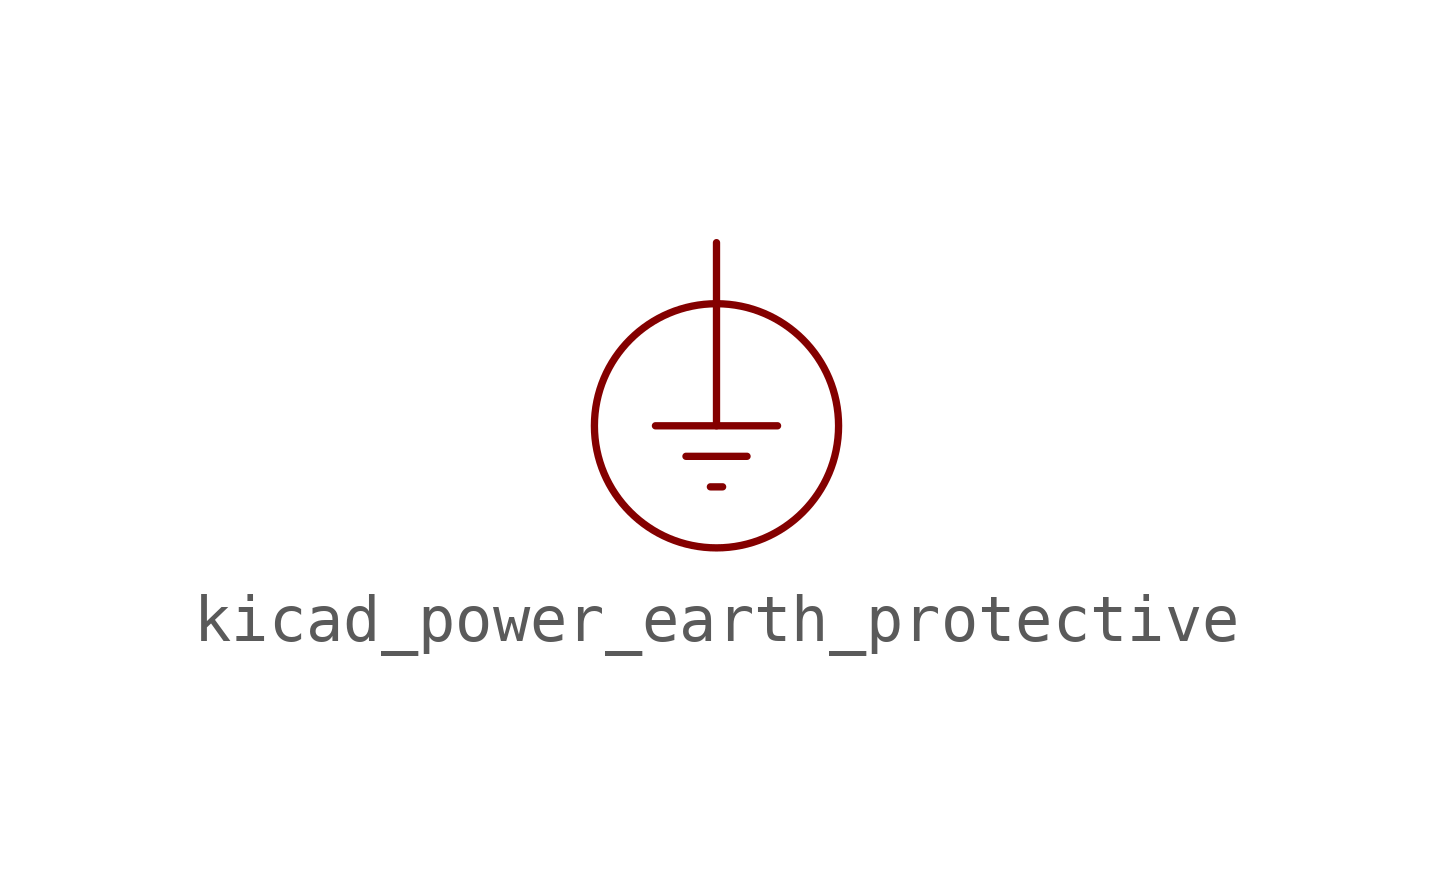
<source format=kicad_sym>
(kicad_symbol_lib
  (version 20220914)
  (generator kicad_symbol_editor)
  (symbol "kicad_power_earth_protective"
    (power)
    (pin_names
      (offset 0))
    (property "Reference" "#PWR"
      (at 6.35 -6.35 0)
      (effects (font (size 1.27 1.27)) hide))
    (symbol "kicad_power_earth_protective_0_1"
      (circle (center 0 -3.81) (radius 2.54) (stroke (width 0) (type default)) (fill (type none)))
      (polyline (pts (xy -0.635 -4.445) (xy 0.635 -4.445)) (stroke (width 0) (type default)) (fill (type none)))
      (polyline (pts (xy -0.127 -5.08) (xy 0.127 -5.08)) (stroke (width 0) (type default)) (fill (type none)))
      (polyline (pts (xy 0 -3.81) (xy 0 0)) (stroke (width 0) (type default)) (fill (type none)))
      (polyline (pts (xy 1.27 -3.81) (xy -1.27 -3.81)) (stroke (width 0) (type default)) (fill (type none))))
    (symbol "kicad_power_earth_protective_1_1"
      (pin power_in line (at 0 0 270) (length 0) hide (name "Earth_Protective" (effects (font (size 1.27 1.27)))) (number "1" (effects (font (size 1.27 1.27))))))))
</source>
